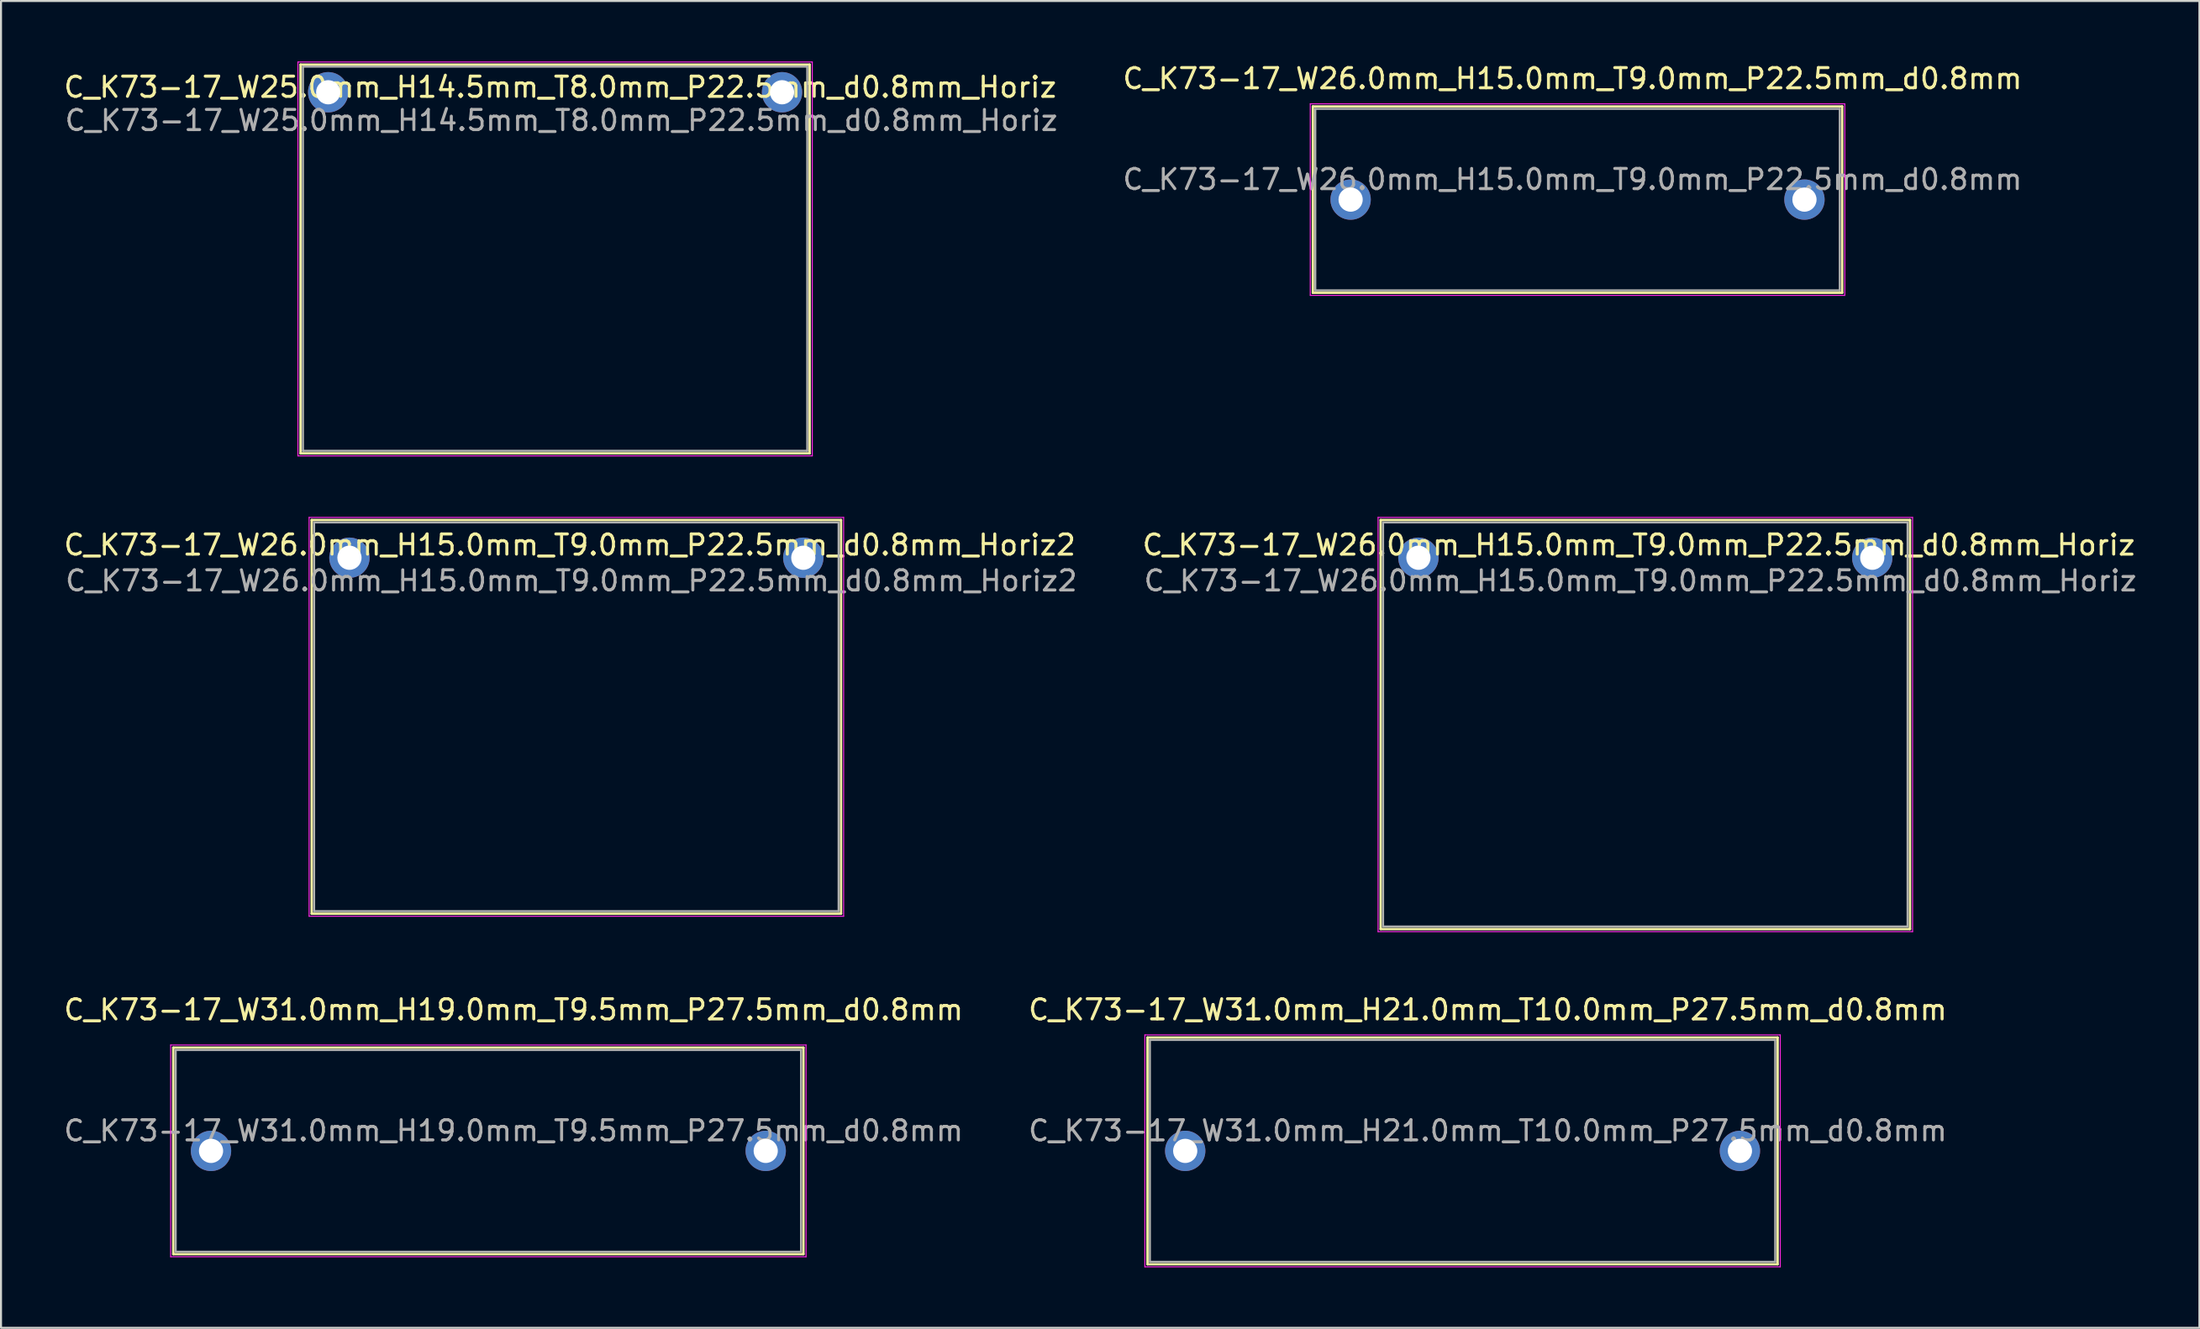
<source format=kicad_pcb>
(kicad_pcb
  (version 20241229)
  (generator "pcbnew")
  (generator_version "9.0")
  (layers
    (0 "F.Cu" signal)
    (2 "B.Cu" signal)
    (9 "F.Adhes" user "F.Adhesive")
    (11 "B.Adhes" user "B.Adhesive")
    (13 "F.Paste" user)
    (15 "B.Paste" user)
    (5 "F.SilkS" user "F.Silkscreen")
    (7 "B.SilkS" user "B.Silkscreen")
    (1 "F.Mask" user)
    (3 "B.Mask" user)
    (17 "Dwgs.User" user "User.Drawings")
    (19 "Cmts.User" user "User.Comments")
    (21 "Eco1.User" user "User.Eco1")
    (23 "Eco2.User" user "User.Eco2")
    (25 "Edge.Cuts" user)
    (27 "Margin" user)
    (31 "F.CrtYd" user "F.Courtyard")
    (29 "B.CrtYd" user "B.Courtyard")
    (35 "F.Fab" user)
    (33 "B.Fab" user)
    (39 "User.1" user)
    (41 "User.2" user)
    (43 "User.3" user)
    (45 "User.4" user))
  (footprint "C_K73-17_W26.0mm_H15.0mm_T9.0mm_P22.5mm_d0.8mm_Horiz2"
    (layer "F.Cu")
    (at 14.274 24.609)
    (property "Reference" "C_K73-17_W26.0mm_H15.0mm_T9.0mm_P22.5mm_d0.8mm_Horiz2" (at 10.922 -0.635 0) (layer "F.SilkS") (effects (font (size 1 1) (thickness 0.15))))
    (attr through_hole)
    (fp_line (start -1.87 -1.87) (end -1.87 17.653) (stroke (width 0.12) (type solid)) (layer "F.SilkS"))
    (fp_line (start -1.87 -1.87) (end 24.37 -1.87) (stroke (width 0.12) (type solid)) (layer "F.SilkS"))
    (fp_line (start -1.87 17.653) (end 24.37 17.653) (stroke (width 0.12) (type solid)) (layer "F.SilkS"))
    (fp_line (start 24.37 -1.87) (end 24.37 17.653) (stroke (width 0.12) (type solid)) (layer "F.SilkS"))
    (fp_line (start -2 -2) (end -2 17.78) (stroke (width 0.05) (type solid)) (layer "F.CrtYd"))
    (fp_line (start -2 17.78) (end 24.5 17.78) (stroke (width 0.05) (type solid)) (layer "F.CrtYd"))
    (fp_line (start 24.5 -2) (end -2 -2) (stroke (width 0.05) (type solid)) (layer "F.CrtYd"))
    (fp_line (start 24.5 17.78) (end 24.5 -2) (stroke (width 0.05) (type solid)) (layer "F.CrtYd"))
    (fp_line (start -1.75 -1.75) (end -1.75 17.526) (stroke (width 0.1) (type solid)) (layer "F.Fab"))
    (fp_line (start -1.75 17.526) (end 24.25 17.526) (stroke (width 0.1) (type solid)) (layer "F.Fab"))
    (fp_line (start 24.25 -1.75) (end -1.75 -1.75) (stroke (width 0.1) (type solid)) (layer "F.Fab"))
    (fp_line (start 24.25 17.526) (end 24.25 -1.75) (stroke (width 0.1) (type solid)) (layer "F.Fab"))
    (fp_text user "${REFERENCE}" (at 11 1.143 0) (layer "F.Fab") (effects (font (size 1 1) (thickness 0.15))))
    (pad "1" thru_hole circle (at 0 0) (size 2 2) (drill 1.2) (layers "*.Cu" "*.Mask"))
    (pad "2" thru_hole circle (at 22.5 0) (size 2 2) (drill 1.2) (layers "*.Cu" "*.Mask")))
  (footprint "C_K73-17_W26.0mm_H15.0mm_T9.0mm_P22.5mm_d0.8mm"
    (layer "F.Cu")
    (at 63.908 6.848)
    (property "Reference" "C_K73-17_W26.0mm_H15.0mm_T9.0mm_P22.5mm_d0.8mm" (at 11 -6 0) (layer "F.SilkS") (effects (font (size 1 1) (thickness 0.15))))
    (attr through_hole)
    (fp_line (start -1.87 -4.62) (end -1.87 4.62) (stroke (width 0.12) (type solid)) (layer "F.SilkS"))
    (fp_line (start -1.87 -4.62) (end 24.37 -4.62) (stroke (width 0.12) (type solid)) (layer "F.SilkS"))
    (fp_line (start -1.87 4.62) (end 24.37 4.62) (stroke (width 0.12) (type solid)) (layer "F.SilkS"))
    (fp_line (start 24.37 -4.62) (end 24.37 4.62) (stroke (width 0.12) (type solid)) (layer "F.SilkS"))
    (fp_line (start -2 -4.75) (end -2 4.75) (stroke (width 0.05) (type solid)) (layer "F.CrtYd"))
    (fp_line (start -2 4.75) (end 24.5 4.75) (stroke (width 0.05) (type solid)) (layer "F.CrtYd"))
    (fp_line (start 24.5 -4.75) (end -2 -4.75) (stroke (width 0.05) (type solid)) (layer "F.CrtYd"))
    (fp_line (start 24.5 4.75) (end 24.5 -4.75) (stroke (width 0.05) (type solid)) (layer "F.CrtYd"))
    (fp_line (start -1.75 -4.5) (end -1.75 4.5) (stroke (width 0.1) (type solid)) (layer "F.Fab"))
    (fp_line (start -1.75 4.5) (end 24.25 4.5) (stroke (width 0.1) (type solid)) (layer "F.Fab"))
    (fp_line (start 24.25 -4.5) (end -1.75 -4.5) (stroke (width 0.1) (type solid)) (layer "F.Fab"))
    (fp_line (start 24.25 4.5) (end 24.25 -4.5) (stroke (width 0.1) (type solid)) (layer "F.Fab"))
    (fp_text user "${REFERENCE}" (at 11 -1 0) (layer "F.Fab") (effects (font (size 1 1) (thickness 0.15))))
    (pad "1" thru_hole circle (at 0 0) (size 2 2) (drill 1.2) (layers "*.Cu" "*.Mask"))
    (pad "2" thru_hole circle (at 22.5 0) (size 2 2) (drill 1.2) (layers "*.Cu" "*.Mask")))
  (footprint "C_K73-17_W31.0mm_H21.0mm_T10.0mm_P27.5mm_d0.8mm"
    (layer "F.Cu")
    (at 55.708 54.024)
    (property "Reference" "C_K73-17_W31.0mm_H21.0mm_T10.0mm_P27.5mm_d0.8mm" (at 15 -7 0) (layer "F.SilkS") (effects (font (size 1 1) (thickness 0.15))))
    (attr through_hole)
    (fp_line (start -1.87 -5.62) (end -1.87 5.62) (stroke (width 0.12) (type solid)) (layer "F.SilkS"))
    (fp_line (start -1.87 -5.62) (end 29.37 -5.62) (stroke (width 0.12) (type solid)) (layer "F.SilkS"))
    (fp_line (start -1.87 5.62) (end 29.37 5.62) (stroke (width 0.12) (type solid)) (layer "F.SilkS"))
    (fp_line (start 29.37 -5.62) (end 29.37 5.62) (stroke (width 0.12) (type solid)) (layer "F.SilkS"))
    (fp_line (start -2 -5.75) (end -2 5.75) (stroke (width 0.05) (type solid)) (layer "F.CrtYd"))
    (fp_line (start -2 5.75) (end 29.5 5.75) (stroke (width 0.05) (type solid)) (layer "F.CrtYd"))
    (fp_line (start 29.5 -5.75) (end -2 -5.75) (stroke (width 0.05) (type solid)) (layer "F.CrtYd"))
    (fp_line (start 29.5 5.75) (end 29.5 -5.75) (stroke (width 0.05) (type solid)) (layer "F.CrtYd"))
    (fp_line (start -1.75 -5.5) (end -1.75 5.5) (stroke (width 0.1) (type solid)) (layer "F.Fab"))
    (fp_line (start -1.75 5.5) (end 29.25 5.5) (stroke (width 0.1) (type solid)) (layer "F.Fab"))
    (fp_line (start 29.25 -5.5) (end -1.75 -5.5) (stroke (width 0.1) (type solid)) (layer "F.Fab"))
    (fp_line (start 29.25 5.5) (end 29.25 -5.5) (stroke (width 0.1) (type solid)) (layer "F.Fab"))
    (fp_text user "${REFERENCE}" (at 15 -1 0) (layer "F.Fab") (effects (font (size 1 1) (thickness 0.15))))
    (pad "1" thru_hole circle (at 0 0) (size 2 2) (drill 1.2) (layers "*.Cu" "*.Mask"))
    (pad "2" thru_hole circle (at 27.5 0) (size 2 2) (drill 1.2) (layers "*.Cu" "*.Mask")))
  (footprint "C_K73-17_W31.0mm_H19.0mm_T9.5mm_P27.5mm_d0.8mm"
    (layer "F.Cu")
    (at 7.411 54.024)
    (property "Reference" "C_K73-17_W31.0mm_H19.0mm_T9.5mm_P27.5mm_d0.8mm" (at 15 -7 0) (layer "F.SilkS") (effects (font (size 1 1) (thickness 0.15))))
    (attr through_hole)
    (fp_line (start -1.87 -5.12) (end -1.87 5.12) (stroke (width 0.12) (type solid)) (layer "F.SilkS"))
    (fp_line (start -1.87 -5.12) (end 29.37 -5.12) (stroke (width 0.12) (type solid)) (layer "F.SilkS"))
    (fp_line (start -1.87 5.12) (end 29.37 5.12) (stroke (width 0.12) (type solid)) (layer "F.SilkS"))
    (fp_line (start 29.37 -5.12) (end 29.37 5.12) (stroke (width 0.12) (type solid)) (layer "F.SilkS"))
    (fp_line (start -2 -5.25) (end -2 5.25) (stroke (width 0.05) (type solid)) (layer "F.CrtYd"))
    (fp_line (start -2 5.25) (end 29.5 5.25) (stroke (width 0.05) (type solid)) (layer "F.CrtYd"))
    (fp_line (start 29.5 -5.25) (end -2 -5.25) (stroke (width 0.05) (type solid)) (layer "F.CrtYd"))
    (fp_line (start 29.5 5.25) (end 29.5 -5.25) (stroke (width 0.05) (type solid)) (layer "F.CrtYd"))
    (fp_line (start -1.75 -5) (end -1.75 5) (stroke (width 0.1) (type solid)) (layer "F.Fab"))
    (fp_line (start -1.75 5) (end 29.25 5) (stroke (width 0.1) (type solid)) (layer "F.Fab"))
    (fp_line (start 29.25 -5) (end -1.75 -5) (stroke (width 0.1) (type solid)) (layer "F.Fab"))
    (fp_line (start 29.25 5) (end 29.25 -5) (stroke (width 0.1) (type solid)) (layer "F.Fab"))
    (fp_text user "${REFERENCE}" (at 15 -1 0) (layer "F.Fab") (effects (font (size 1 1) (thickness 0.15))))
    (pad "1" thru_hole circle (at 0 0) (size 2 2) (drill 1.2) (layers "*.Cu" "*.Mask"))
    (pad "2" thru_hole circle (at 27.5 0) (size 2 2) (drill 1.2) (layers "*.Cu" "*.Mask")))
  (footprint "C_K73-17_W26.0mm_H15.0mm_T9.0mm_P22.5mm_d0.8mm_Horiz"
    (layer "F.Cu")
    (at 67.269 24.609)
    (property "Reference" "C_K73-17_W26.0mm_H15.0mm_T9.0mm_P22.5mm_d0.8mm_Horiz" (at 10.922 -0.635 0) (layer "F.SilkS") (effects (font (size 1 1) (thickness 0.15))))
    (attr through_hole)
    (fp_line (start -1.87 -1.87) (end -1.87 18.415) (stroke (width 0.12) (type solid)) (layer "F.SilkS"))
    (fp_line (start -1.87 -1.87) (end 24.37 -1.87) (stroke (width 0.12) (type solid)) (layer "F.SilkS"))
    (fp_line (start -1.87 18.415) (end 24.37 18.415) (stroke (width 0.12) (type solid)) (layer "F.SilkS"))
    (fp_line (start 24.37 -1.87) (end 24.37 18.415) (stroke (width 0.12) (type solid)) (layer "F.SilkS"))
    (fp_line (start -2 -2) (end -2 18.542) (stroke (width 0.05) (type solid)) (layer "F.CrtYd"))
    (fp_line (start -2 18.542) (end 24.5 18.542) (stroke (width 0.05) (type solid)) (layer "F.CrtYd"))
    (fp_line (start 24.5 -2) (end -2 -2) (stroke (width 0.05) (type solid)) (layer "F.CrtYd"))
    (fp_line (start 24.5 18.542) (end 24.5 -2) (stroke (width 0.05) (type solid)) (layer "F.CrtYd"))
    (fp_line (start -1.75 -1.75) (end -1.75 18.288) (stroke (width 0.1) (type solid)) (layer "F.Fab"))
    (fp_line (start -1.75 18.288) (end 24.25 18.288) (stroke (width 0.1) (type solid)) (layer "F.Fab"))
    (fp_line (start 24.25 -1.75) (end -1.75 -1.75) (stroke (width 0.1) (type solid)) (layer "F.Fab"))
    (fp_line (start 24.25 18.288) (end 24.25 -1.75) (stroke (width 0.1) (type solid)) (layer "F.Fab"))
    (fp_text user "${REFERENCE}" (at 11 1.143 0) (layer "F.Fab") (effects (font (size 1 1) (thickness 0.15))))
    (pad "1" thru_hole circle (at 0 0) (size 2 2) (drill 1.2) (layers "*.Cu" "*.Mask"))
    (pad "2" thru_hole circle (at 22.5 0) (size 2 2) (drill 1.2) (layers "*.Cu" "*.Mask")))
  (footprint "C_K73-17_W25.0mm_H14.5mm_T8.0mm_P22.5mm_d0.8mm_Horiz"
    (layer "F.Cu")
    (at 13.22 1.525)
    (property "Reference" "C_K73-17_W25.0mm_H14.5mm_T8.0mm_P22.5mm_d0.8mm_Horiz" (at 11.5 -0.254 0) (layer "F.SilkS") (effects (font (size 1 1) (thickness 0.15))))
    (attr through_hole)
    (fp_line (start -1.37 -1.37) (end -1.37 17.907) (stroke (width 0.12) (type solid)) (layer "F.SilkS"))
    (fp_line (start -1.37 -1.37) (end 23.87 -1.37) (stroke (width 0.12) (type solid)) (layer "F.SilkS"))
    (fp_line (start -1.37 17.907) (end 23.87 17.907) (stroke (width 0.12) (type solid)) (layer "F.SilkS"))
    (fp_line (start 23.87 -1.37) (end 23.87 17.907) (stroke (width 0.12) (type solid)) (layer "F.SilkS"))
    (fp_line (start -1.5 -1.5) (end -1.5 18.034) (stroke (width 0.05) (type solid)) (layer "F.CrtYd"))
    (fp_line (start -1.5 18.034) (end 24 18.034) (stroke (width 0.05) (type solid)) (layer "F.CrtYd"))
    (fp_line (start 24 -1.5) (end -1.5 -1.5) (stroke (width 0.05) (type solid)) (layer "F.CrtYd"))
    (fp_line (start 24 18.034) (end 24 -1.5) (stroke (width 0.05) (type solid)) (layer "F.CrtYd"))
    (fp_line (start -1.25 -1.25) (end -1.25 17.78) (stroke (width 0.1) (type solid)) (layer "F.Fab"))
    (fp_line (start -1.25 17.78) (end 23.75 17.78) (stroke (width 0.1) (type solid)) (layer "F.Fab"))
    (fp_line (start 23.75 -1.27) (end -1.25 -1.27) (stroke (width 0.1) (type solid)) (layer "F.Fab"))
    (fp_line (start 23.75 17.78) (end 23.75 -1.27) (stroke (width 0.1) (type solid)) (layer "F.Fab"))
    (fp_text user "${REFERENCE}" (at 11.557 1.397 0) (layer "F.Fab") (effects (font (size 1 1) (thickness 0.15))))
    (pad "1" thru_hole circle (at 0 0) (size 2 2) (drill 1.2) (layers "*.Cu" "*.Mask"))
    (pad "2" thru_hole circle (at 22.5 0) (size 2 2) (drill 1.2) (layers "*.Cu" "*.Mask")))
  (gr_rect
    (start -3 -3)
    (end 105.989 62.799)
    (stroke (width 0.1) (type default))
    (fill no)
    (layer "Edge.Cuts")))
</source>
